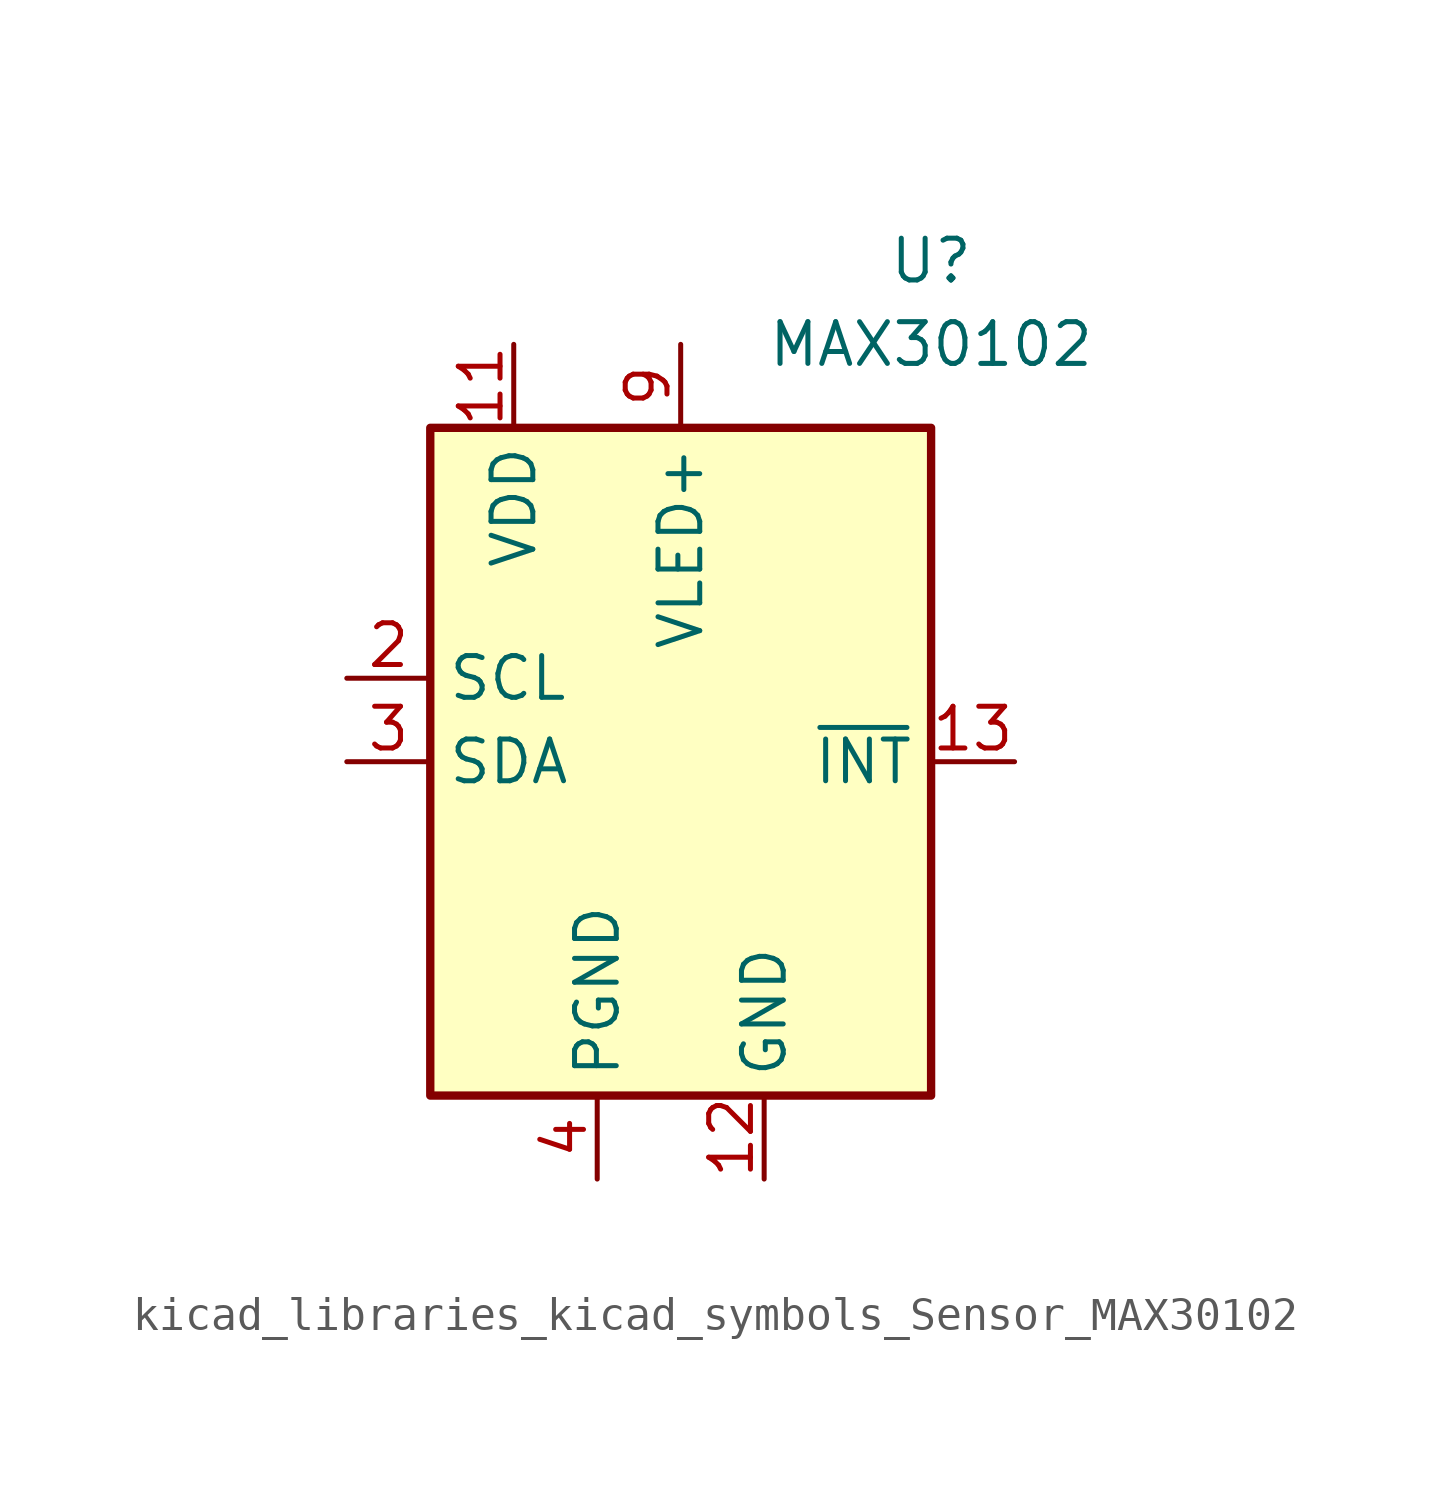
<source format=kicad_sym>
(kicad_symbol_lib
  (version 20220914)
  (generator kicad_symbol_editor)
  (symbol "kicad_libraries_kicad_symbols_Sensor_MAX30102"
    (property "Reference" "U"
      (at 7.62 15.24 0)
      (effects (font (size 1.27 1.27))))
    (property "Value" "MAX30102"
      (at 7.62 12.7 0)
      (effects (font (size 1.27 1.27))))
    (symbol "kicad_libraries_kicad_symbols_Sensor_MAX30102_0_1"
      (rectangle (start -7.62 10.16) (end 7.62 -10.16) (stroke (width 0.254) (type default)) (fill (type background))))
    (symbol "kicad_libraries_kicad_symbols_Sensor_MAX30102_1_1"
      (pin no_connect line (at -7.62 5.08 0) (length 2.54) hide (name "NC" (effects (font (size 1.27 1.27)))) (number "1" (effects (font (size 1.27 1.27)))))
      (pin passive line (at 0 12.7 270) (length 2.54) hide (name "VLED+" (effects (font (size 1.27 1.27)))) (number "10" (effects (font (size 1.27 1.27)))))
      (pin power_in line (at -5.08 12.7 270) (length 2.54) (name "VDD" (effects (font (size 1.27 1.27)))) (number "11" (effects (font (size 1.27 1.27)))))
      (pin power_in line (at 2.54 -12.7 90) (length 2.54) (name "GND" (effects (font (size 1.27 1.27)))) (number "12" (effects (font (size 1.27 1.27)))))
      (pin output line (at 10.16 0 180) (length 2.54) (name "~{INT}" (effects (font (size 1.27 1.27)))) (number "13" (effects (font (size 1.27 1.27)))))
      (pin no_connect line (at 7.62 2.54 180) (length 2.54) hide (name "NC" (effects (font (size 1.27 1.27)))) (number "14" (effects (font (size 1.27 1.27)))))
      (pin input line (at -10.16 2.54 0) (length 2.54) (name "SCL" (effects (font (size 1.27 1.27)))) (number "2" (effects (font (size 1.27 1.27)))))
      (pin bidirectional line (at -10.16 0 0) (length 2.54) (name "SDA" (effects (font (size 1.27 1.27)))) (number "3" (effects (font (size 1.27 1.27)))))
      (pin power_in line (at -2.54 -12.7 90) (length 2.54) (name "PGND" (effects (font (size 1.27 1.27)))) (number "4" (effects (font (size 1.27 1.27)))))
      (pin no_connect line (at 7.62 -7.62 180) (length 2.54) hide (name "NC" (effects (font (size 1.27 1.27)))) (number "5" (effects (font (size 1.27 1.27)))))
      (pin no_connect line (at 7.62 -5.08 180) (length 2.54) hide (name "NC" (effects (font (size 1.27 1.27)))) (number "6" (effects (font (size 1.27 1.27)))))
      (pin no_connect line (at -7.62 -2.54 0) (length 2.54) hide (name "NC" (effects (font (size 1.27 1.27)))) (number "7" (effects (font (size 1.27 1.27)))))
      (pin no_connect line (at 7.62 5.08 180) (length 2.54) hide (name "NC" (effects (font (size 1.27 1.27)))) (number "8" (effects (font (size 1.27 1.27)))))
      (pin power_in line (at 0 12.7 270) (length 2.54) (name "VLED+" (effects (font (size 1.27 1.27)))) (number "9" (effects (font (size 1.27 1.27))))))))
</source>
